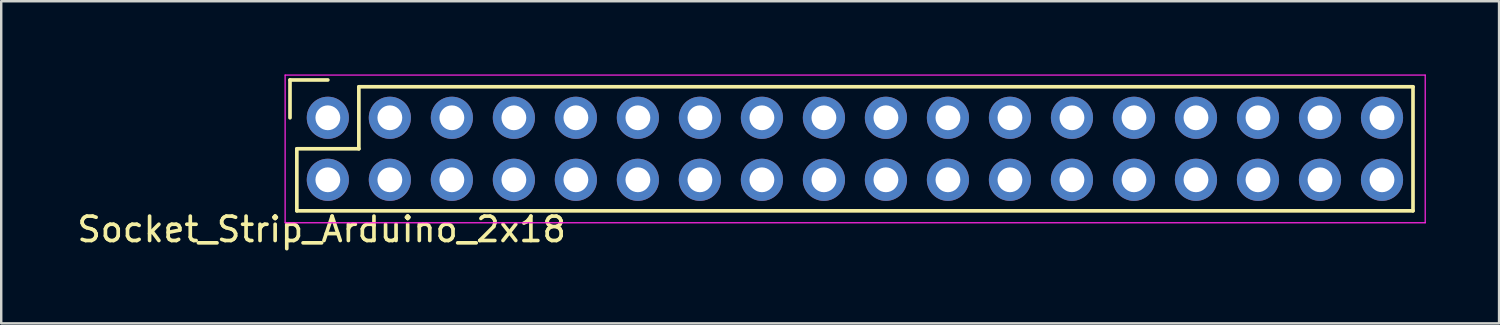
<source format=kicad_pcb>
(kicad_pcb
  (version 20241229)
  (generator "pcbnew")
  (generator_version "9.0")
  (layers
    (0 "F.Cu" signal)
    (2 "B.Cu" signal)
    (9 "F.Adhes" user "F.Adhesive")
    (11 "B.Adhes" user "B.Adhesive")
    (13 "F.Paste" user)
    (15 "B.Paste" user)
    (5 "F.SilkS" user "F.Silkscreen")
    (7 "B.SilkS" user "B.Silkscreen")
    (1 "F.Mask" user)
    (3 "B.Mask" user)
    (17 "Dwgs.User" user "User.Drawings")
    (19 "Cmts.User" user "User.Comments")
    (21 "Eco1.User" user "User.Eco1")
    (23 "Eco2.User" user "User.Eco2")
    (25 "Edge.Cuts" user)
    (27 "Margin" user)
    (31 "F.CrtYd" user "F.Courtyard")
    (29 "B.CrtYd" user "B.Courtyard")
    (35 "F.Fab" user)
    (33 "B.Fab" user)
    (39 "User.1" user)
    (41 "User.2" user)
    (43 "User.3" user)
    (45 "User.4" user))
  (footprint "Socket_Strip_Arduino_2x18"
    (layer "F.Cu")
    (at 10.379 1.775)
    (property "Reference" "Socket_Strip_Arduino_2x18" (at -0.254 4.572 180) (layer "F.SilkS") (effects (font (size 1 1) (thickness 0.15))))
    (attr through_hole)
    (fp_line (start -1.55 -1.55) (end -1.55 0) (stroke (width 0.15) (type solid)) (layer "F.SilkS"))
    (fp_line (start -1.27 1.27) (end 1.27 1.27) (stroke (width 0.15) (type solid)) (layer "F.SilkS"))
    (fp_line (start -1.27 3.81) (end -1.27 1.27) (stroke (width 0.15) (type solid)) (layer "F.SilkS"))
    (fp_line (start -1.27 3.81) (end 44.45 3.81) (stroke (width 0.15) (type solid)) (layer "F.SilkS"))
    (fp_line (start 0 -1.55) (end -1.55 -1.55) (stroke (width 0.15) (type solid)) (layer "F.SilkS"))
    (fp_line (start 1.27 1.27) (end 1.27 -1.27) (stroke (width 0.15) (type solid)) (layer "F.SilkS"))
    (fp_line (start 44.45 -1.27) (end 1.27 -1.27) (stroke (width 0.15) (type solid)) (layer "F.SilkS"))
    (fp_line (start 44.45 3.81) (end 44.45 -1.27) (stroke (width 0.15) (type solid)) (layer "F.SilkS"))
    (fp_line (start -1.75 -1.75) (end -1.75 4.3) (stroke (width 0.05) (type solid)) (layer "F.CrtYd"))
    (fp_line (start -1.75 -1.75) (end 44.95 -1.75) (stroke (width 0.05) (type solid)) (layer "F.CrtYd"))
    (fp_line (start -1.75 4.3) (end 44.95 4.3) (stroke (width 0.05) (type solid)) (layer "F.CrtYd"))
    (fp_line (start 44.95 -1.75) (end 44.95 4.3) (stroke (width 0.05) (type solid)) (layer "F.CrtYd"))
    (pad "1" thru_hole circle (at 0 0) (size 1.727 1.727) (drill 1.016) (layers "*.Cu" "*.Mask"))
    (pad "2" thru_hole oval (at 0 2.54) (size 1.727 1.727) (drill 1.016) (layers "*.Cu" "*.Mask"))
    (pad "3" thru_hole oval (at 2.54 0) (size 1.727 1.727) (drill 1.016) (layers "*.Cu" "*.Mask"))
    (pad "4" thru_hole oval (at 2.54 2.54) (size 1.727 1.727) (drill 1.016) (layers "*.Cu" "*.Mask"))
    (pad "5" thru_hole oval (at 5.08 0) (size 1.727 1.727) (drill 1.016) (layers "*.Cu" "*.Mask"))
    (pad "6" thru_hole oval (at 5.08 2.54) (size 1.727 1.727) (drill 1.016) (layers "*.Cu" "*.Mask"))
    (pad "7" thru_hole oval (at 7.62 0) (size 1.727 1.727) (drill 1.016) (layers "*.Cu" "*.Mask"))
    (pad "8" thru_hole oval (at 7.62 2.54) (size 1.727 1.727) (drill 1.016) (layers "*.Cu" "*.Mask"))
    (pad "9" thru_hole oval (at 10.16 0) (size 1.727 1.727) (drill 1.016) (layers "*.Cu" "*.Mask"))
    (pad "10" thru_hole oval (at 10.16 2.54) (size 1.727 1.727) (drill 1.016) (layers "*.Cu" "*.Mask"))
    (pad "11" thru_hole oval (at 12.7 0) (size 1.727 1.727) (drill 1.016) (layers "*.Cu" "*.Mask"))
    (pad "12" thru_hole oval (at 12.7 2.54) (size 1.727 1.727) (drill 1.016) (layers "*.Cu" "*.Mask"))
    (pad "13" thru_hole oval (at 15.24 0) (size 1.727 1.727) (drill 1.016) (layers "*.Cu" "*.Mask"))
    (pad "14" thru_hole oval (at 15.24 2.54) (size 1.727 1.727) (drill 1.016) (layers "*.Cu" "*.Mask"))
    (pad "15" thru_hole oval (at 17.78 0) (size 1.727 1.727) (drill 1.016) (layers "*.Cu" "*.Mask"))
    (pad "16" thru_hole oval (at 17.78 2.54) (size 1.727 1.727) (drill 1.016) (layers "*.Cu" "*.Mask"))
    (pad "17" thru_hole oval (at 20.32 0) (size 1.727 1.727) (drill 1.016) (layers "*.Cu" "*.Mask"))
    (pad "18" thru_hole oval (at 20.32 2.54) (size 1.727 1.727) (drill 1.016) (layers "*.Cu" "*.Mask"))
    (pad "19" thru_hole oval (at 22.86 0) (size 1.727 1.727) (drill 1.016) (layers "*.Cu" "*.Mask"))
    (pad "20" thru_hole oval (at 22.86 2.54) (size 1.727 1.727) (drill 1.016) (layers "*.Cu" "*.Mask"))
    (pad "21" thru_hole oval (at 25.4 0) (size 1.727 1.727) (drill 1.016) (layers "*.Cu" "*.Mask"))
    (pad "22" thru_hole oval (at 25.4 2.54) (size 1.727 1.727) (drill 1.016) (layers "*.Cu" "*.Mask"))
    (pad "23" thru_hole oval (at 27.94 0) (size 1.727 1.727) (drill 1.016) (layers "*.Cu" "*.Mask"))
    (pad "24" thru_hole oval (at 27.94 2.54) (size 1.727 1.727) (drill 1.016) (layers "*.Cu" "*.Mask"))
    (pad "25" thru_hole oval (at 30.48 0) (size 1.727 1.727) (drill 1.016) (layers "*.Cu" "*.Mask"))
    (pad "26" thru_hole oval (at 30.48 2.54) (size 1.727 1.727) (drill 1.016) (layers "*.Cu" "*.Mask"))
    (pad "27" thru_hole oval (at 33.02 0) (size 1.727 1.727) (drill 1.016) (layers "*.Cu" "*.Mask"))
    (pad "28" thru_hole oval (at 33.02 2.54) (size 1.727 1.727) (drill 1.016) (layers "*.Cu" "*.Mask"))
    (pad "29" thru_hole oval (at 35.56 0) (size 1.727 1.727) (drill 1.016) (layers "*.Cu" "*.Mask"))
    (pad "30" thru_hole oval (at 35.56 2.54) (size 1.727 1.727) (drill 1.016) (layers "*.Cu" "*.Mask"))
    (pad "31" thru_hole oval (at 38.1 0) (size 1.727 1.727) (drill 1.016) (layers "*.Cu" "*.Mask"))
    (pad "32" thru_hole oval (at 38.1 2.54) (size 1.727 1.727) (drill 1.016) (layers "*.Cu" "*.Mask"))
    (pad "33" thru_hole oval (at 40.64 0) (size 1.727 1.727) (drill 1.016) (layers "*.Cu" "*.Mask"))
    (pad "34" thru_hole oval (at 40.64 2.54) (size 1.727 1.727) (drill 1.016) (layers "*.Cu" "*.Mask"))
    (pad "35" thru_hole oval (at 43.18 0) (size 1.727 1.727) (drill 1.016) (layers "*.Cu" "*.Mask"))
    (pad "36" thru_hole oval (at 43.18 2.54) (size 1.727 1.727) (drill 1.016) (layers "*.Cu" "*.Mask")))
  (gr_rect
    (start -3 -3)
    (end 58.354 10.195)
    (stroke (width 0.1) (type default))
    (fill no)
    (layer "Edge.Cuts")))
</source>
